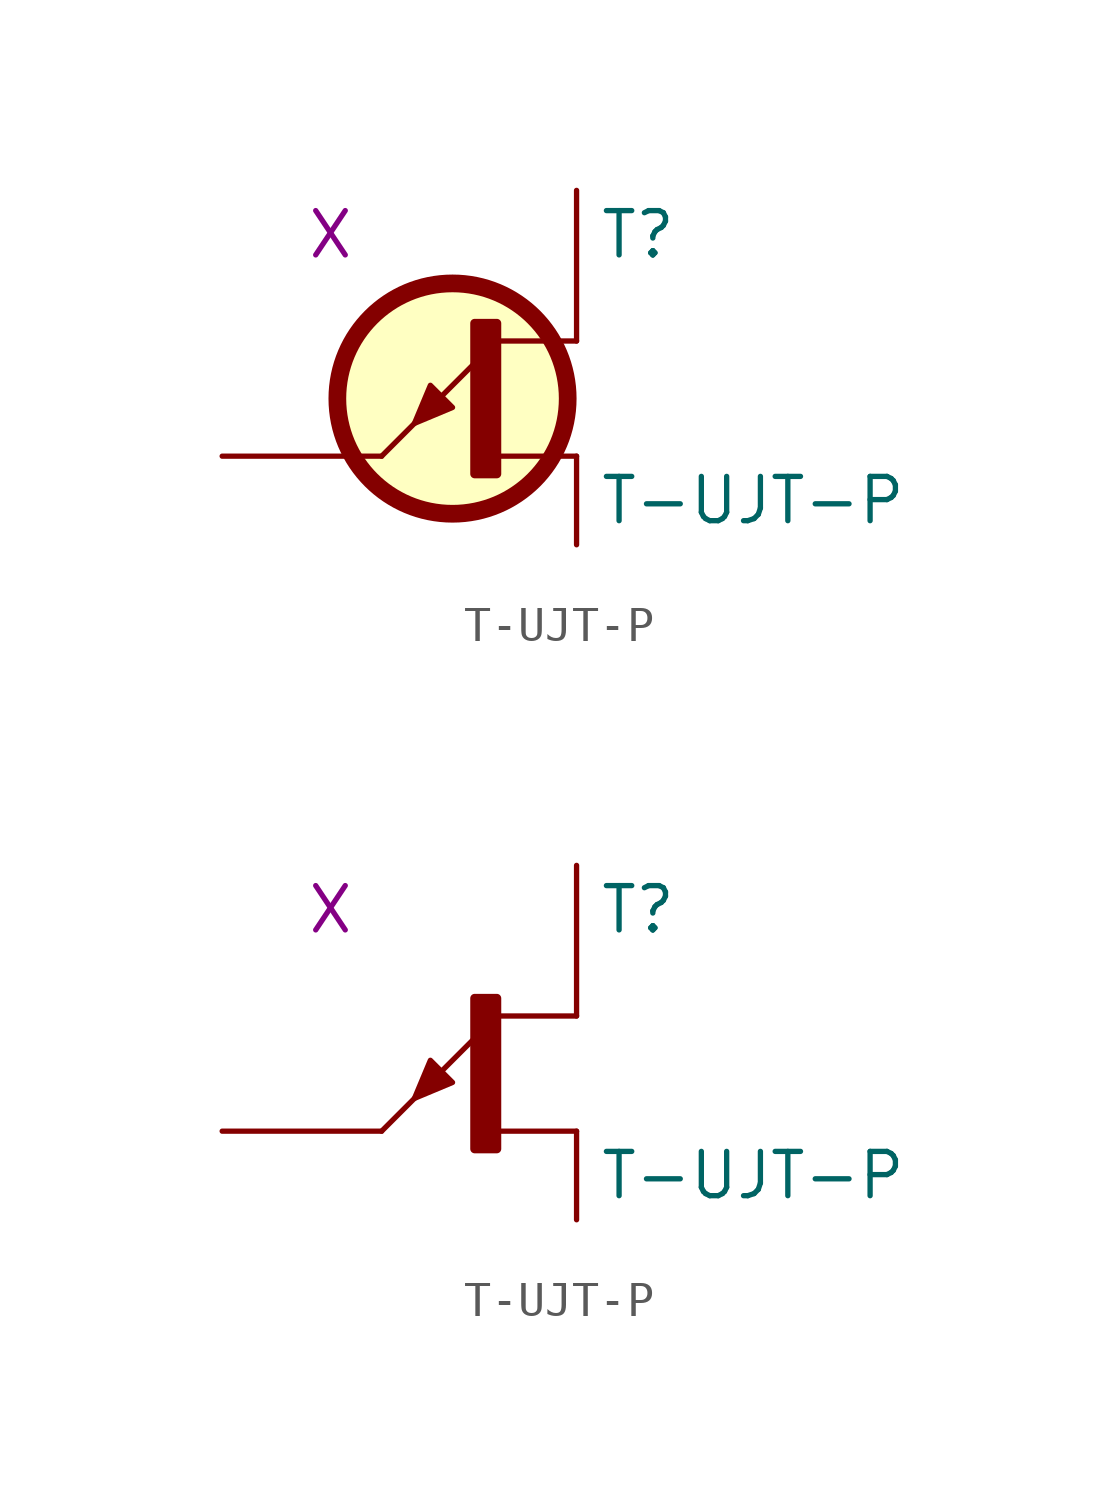
<source format=kicad_sym>
(kicad_symbol_lib
  (version 20220914)
  (generator kicad_symbol_editor)
  (symbol "T-UJT-P"
    (pin_numbers hide)
    (pin_names
      (offset 0) hide)
    (property "Reference" "T"
      (at 5.715 3.81 0)
      (effects (font (size 1.27 1.27)) (justify left)))
    (property "Value" "T-UJT-P"
      (at 5.715 -3.81 0)
      (effects (font (size 1.27 1.27)) (justify left)))
    (property "Spice_Model" "X"
      (at -1.27 3.81 0)
      (effects (font (size 1.27 1.27)) (justify right)))
    (symbol "T-UJT-P_1_0"
      (polyline (pts (xy -0.508 -2.54) (xy 2.159 0.127)) (stroke (width 0) (type default)) (fill (type none)))
      (polyline (pts (xy 5.08 -2.54) (xy 2.794 -2.54)) (stroke (width 0) (type default)) (fill (type none)))
      (polyline (pts (xy 5.08 0.762) (xy 2.794 0.762)) (stroke (width 0) (type default)) (fill (type none)))
      (polyline (pts (xy 0.432 -1.6) (xy 0.889 -0.508) (xy 1.524 -1.143) (xy 0.432 -1.6)) (stroke (width 0) (type default)) (fill (type outline)))
      (pin passive line (at -5.08 -2.54 0) (length 4.572) (name "E" (effects (font (size 1.27 1.27)))) (number "1" (effects (font (size 1.27 1.27)))))
      (pin passive line (at 5.08 5.08 270) (length 4.318) (name "B1" (effects (font (size 1.27 1.27)))) (number "2" (effects (font (size 1.27 1.27)))))
      (pin passive line (at 5.08 -5.08 90) (length 2.54) (name "B2" (effects (font (size 1.27 1.27)))) (number "3" (effects (font (size 1.27 1.27))))))
    (symbol "T-UJT-P_1_1"
      (circle (center 1.524 -0.889) (radius 3.302) (stroke (width 0.508) (type default)) (fill (type background)))
      (rectangle (start 2.159 -3.048) (end 2.794 1.27) (stroke (width 0.254) (type default)) (fill (type outline))))
    (symbol "T-UJT-P_1_2"
      (rectangle (start 2.159 -3.048) (end 2.794 1.27) (stroke (width 0.254) (type default)) (fill (type outline))))))
</source>
